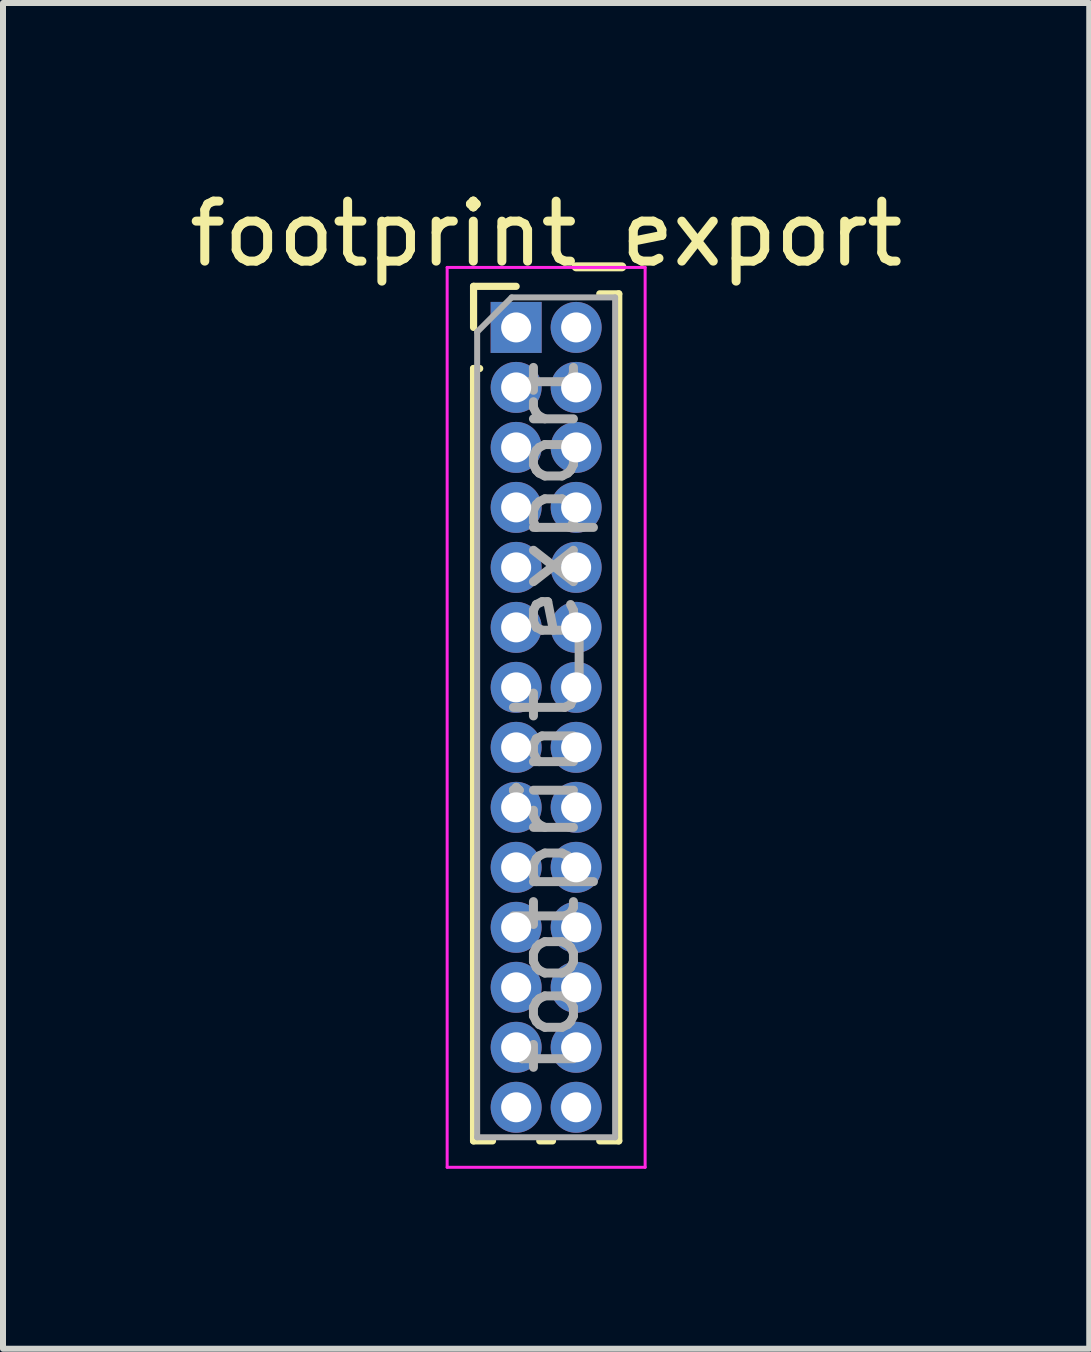
<source format=kicad_pcb>
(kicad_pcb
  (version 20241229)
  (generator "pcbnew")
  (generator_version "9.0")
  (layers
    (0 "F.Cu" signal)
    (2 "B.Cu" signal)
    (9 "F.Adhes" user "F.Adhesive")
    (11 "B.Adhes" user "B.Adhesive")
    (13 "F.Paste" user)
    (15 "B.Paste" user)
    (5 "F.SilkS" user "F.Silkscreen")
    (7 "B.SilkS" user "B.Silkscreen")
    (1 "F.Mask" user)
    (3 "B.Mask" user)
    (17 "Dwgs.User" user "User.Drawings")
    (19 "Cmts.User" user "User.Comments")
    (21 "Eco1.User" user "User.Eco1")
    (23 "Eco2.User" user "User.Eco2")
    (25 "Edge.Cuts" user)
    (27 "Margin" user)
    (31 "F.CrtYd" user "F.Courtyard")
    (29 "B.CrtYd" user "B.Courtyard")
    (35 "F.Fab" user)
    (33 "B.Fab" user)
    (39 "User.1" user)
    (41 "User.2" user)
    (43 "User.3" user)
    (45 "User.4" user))
  (footprint "footprint_export"
    (layer "F.Cu")
    (at 5.554 2.408)
    (property "Reference" "footprint_export" (at 0.5 -1.56 0) (layer "F.SilkS") (effects (font (size 1 1) (thickness 0.15))))
    (attr through_hole)
    (fp_line (start -0.71 -0.685) (end 0 -0.685) (stroke (width 0.12) (type solid)) (layer "F.SilkS"))
    (fp_line (start -0.71 0) (end -0.71 -0.685) (stroke (width 0.12) (type solid)) (layer "F.SilkS"))
    (fp_line (start -0.71 0.685) (end -0.71 13.56) (stroke (width 0.12) (type solid)) (layer "F.SilkS"))
    (fp_line (start -0.71 0.685) (end -0.608 0.685) (stroke (width 0.12) (type solid)) (layer "F.SilkS"))
    (fp_line (start -0.71 13.56) (end -0.394 13.56) (stroke (width 0.12) (type solid)) (layer "F.SilkS"))
    (fp_line (start 0.394 13.56) (end 0.606 13.56) (stroke (width 0.12) (type solid)) (layer "F.SilkS"))
    (fp_line (start 1.394 -0.56) (end 1.71 -0.56) (stroke (width 0.12) (type solid)) (layer "F.SilkS"))
    (fp_line (start 1.394 13.56) (end 1.71 13.56) (stroke (width 0.12) (type solid)) (layer "F.SilkS"))
    (fp_line (start 1.71 -0.56) (end 1.71 13.56) (stroke (width 0.12) (type solid)) (layer "F.SilkS"))
    (fp_line (start -1.15 -1) (end -1.15 14) (stroke (width 0.05) (type solid)) (layer "F.CrtYd"))
    (fp_line (start -1.15 14) (end 2.15 14) (stroke (width 0.05) (type solid)) (layer "F.CrtYd"))
    (fp_line (start 2.15 -1) (end -1.15 -1) (stroke (width 0.05) (type solid)) (layer "F.CrtYd"))
    (fp_line (start 2.15 14) (end 2.15 -1) (stroke (width 0.05) (type solid)) (layer "F.CrtYd"))
    (fp_line (start -0.65 0.075) (end -0.075 -0.5) (stroke (width 0.1) (type solid)) (layer "F.Fab"))
    (fp_line (start -0.65 13.5) (end -0.65 0.075) (stroke (width 0.1) (type solid)) (layer "F.Fab"))
    (fp_line (start -0.075 -0.5) (end 1.65 -0.5) (stroke (width 0.1) (type solid)) (layer "F.Fab"))
    (fp_line (start 1.65 -0.5) (end 1.65 13.5) (stroke (width 0.1) (type solid)) (layer "F.Fab"))
    (fp_line (start 1.65 13.5) (end -0.65 13.5) (stroke (width 0.1) (type solid)) (layer "F.Fab"))
    (fp_text user "${REFERENCE}" (at 0.5 6.5 90) (layer "F.Fab") (effects (font (size 1 1) (thickness 0.15))))
    (pad "1" thru_hole rect (at 0 0) (size 0.85 0.85) (drill 0.5) (layers "*.Cu" "*.Mask"))
    (pad "2" thru_hole oval (at 1 0) (size 0.85 0.85) (drill 0.5) (layers "*.Cu" "*.Mask"))
    (pad "3" thru_hole oval (at 0 1) (size 0.85 0.85) (drill 0.5) (layers "*.Cu" "*.Mask"))
    (pad "4" thru_hole oval (at 1 1) (size 0.85 0.85) (drill 0.5) (layers "*.Cu" "*.Mask"))
    (pad "5" thru_hole oval (at 0 2) (size 0.85 0.85) (drill 0.5) (layers "*.Cu" "*.Mask"))
    (pad "6" thru_hole oval (at 1 2) (size 0.85 0.85) (drill 0.5) (layers "*.Cu" "*.Mask"))
    (pad "7" thru_hole oval (at 0 3) (size 0.85 0.85) (drill 0.5) (layers "*.Cu" "*.Mask"))
    (pad "8" thru_hole oval (at 1 3) (size 0.85 0.85) (drill 0.5) (layers "*.Cu" "*.Mask"))
    (pad "9" thru_hole oval (at 0 4) (size 0.85 0.85) (drill 0.5) (layers "*.Cu" "*.Mask"))
    (pad "10" thru_hole oval (at 1 4) (size 0.85 0.85) (drill 0.5) (layers "*.Cu" "*.Mask"))
    (pad "11" thru_hole oval (at 0 5) (size 0.85 0.85) (drill 0.5) (layers "*.Cu" "*.Mask"))
    (pad "12" thru_hole oval (at 1 5) (size 0.85 0.85) (drill 0.5) (layers "*.Cu" "*.Mask"))
    (pad "13" thru_hole oval (at 0 6) (size 0.85 0.85) (drill 0.5) (layers "*.Cu" "*.Mask"))
    (pad "14" thru_hole oval (at 1 6) (size 0.85 0.85) (drill 0.5) (layers "*.Cu" "*.Mask"))
    (pad "15" thru_hole oval (at 0 7) (size 0.85 0.85) (drill 0.5) (layers "*.Cu" "*.Mask"))
    (pad "16" thru_hole oval (at 1 7) (size 0.85 0.85) (drill 0.5) (layers "*.Cu" "*.Mask"))
    (pad "17" thru_hole oval (at 0 8) (size 0.85 0.85) (drill 0.5) (layers "*.Cu" "*.Mask"))
    (pad "18" thru_hole oval (at 1 8) (size 0.85 0.85) (drill 0.5) (layers "*.Cu" "*.Mask"))
    (pad "19" thru_hole oval (at 0 9) (size 0.85 0.85) (drill 0.5) (layers "*.Cu" "*.Mask"))
    (pad "20" thru_hole oval (at 1 9) (size 0.85 0.85) (drill 0.5) (layers "*.Cu" "*.Mask"))
    (pad "21" thru_hole oval (at 0 10) (size 0.85 0.85) (drill 0.5) (layers "*.Cu" "*.Mask"))
    (pad "22" thru_hole oval (at 1 10) (size 0.85 0.85) (drill 0.5) (layers "*.Cu" "*.Mask"))
    (pad "23" thru_hole oval (at 0 11) (size 0.85 0.85) (drill 0.5) (layers "*.Cu" "*.Mask"))
    (pad "24" thru_hole oval (at 1 11) (size 0.85 0.85) (drill 0.5) (layers "*.Cu" "*.Mask"))
    (pad "25" thru_hole oval (at 0 12) (size 0.85 0.85) (drill 0.5) (layers "*.Cu" "*.Mask"))
    (pad "26" thru_hole oval (at 1 12) (size 0.85 0.85) (drill 0.5) (layers "*.Cu" "*.Mask"))
    (pad "27" thru_hole oval (at 0 13) (size 0.85 0.85) (drill 0.5) (layers "*.Cu" "*.Mask"))
    (pad "28" thru_hole oval (at 1 13) (size 0.85 0.85) (drill 0.5) (layers "*.Cu" "*.Mask")))
  (gr_rect
    (start -3 -3)
    (end 15.107 19.433)
    (stroke (width 0.1) (type default))
    (fill no)
    (layer "Edge.Cuts")))
</source>
